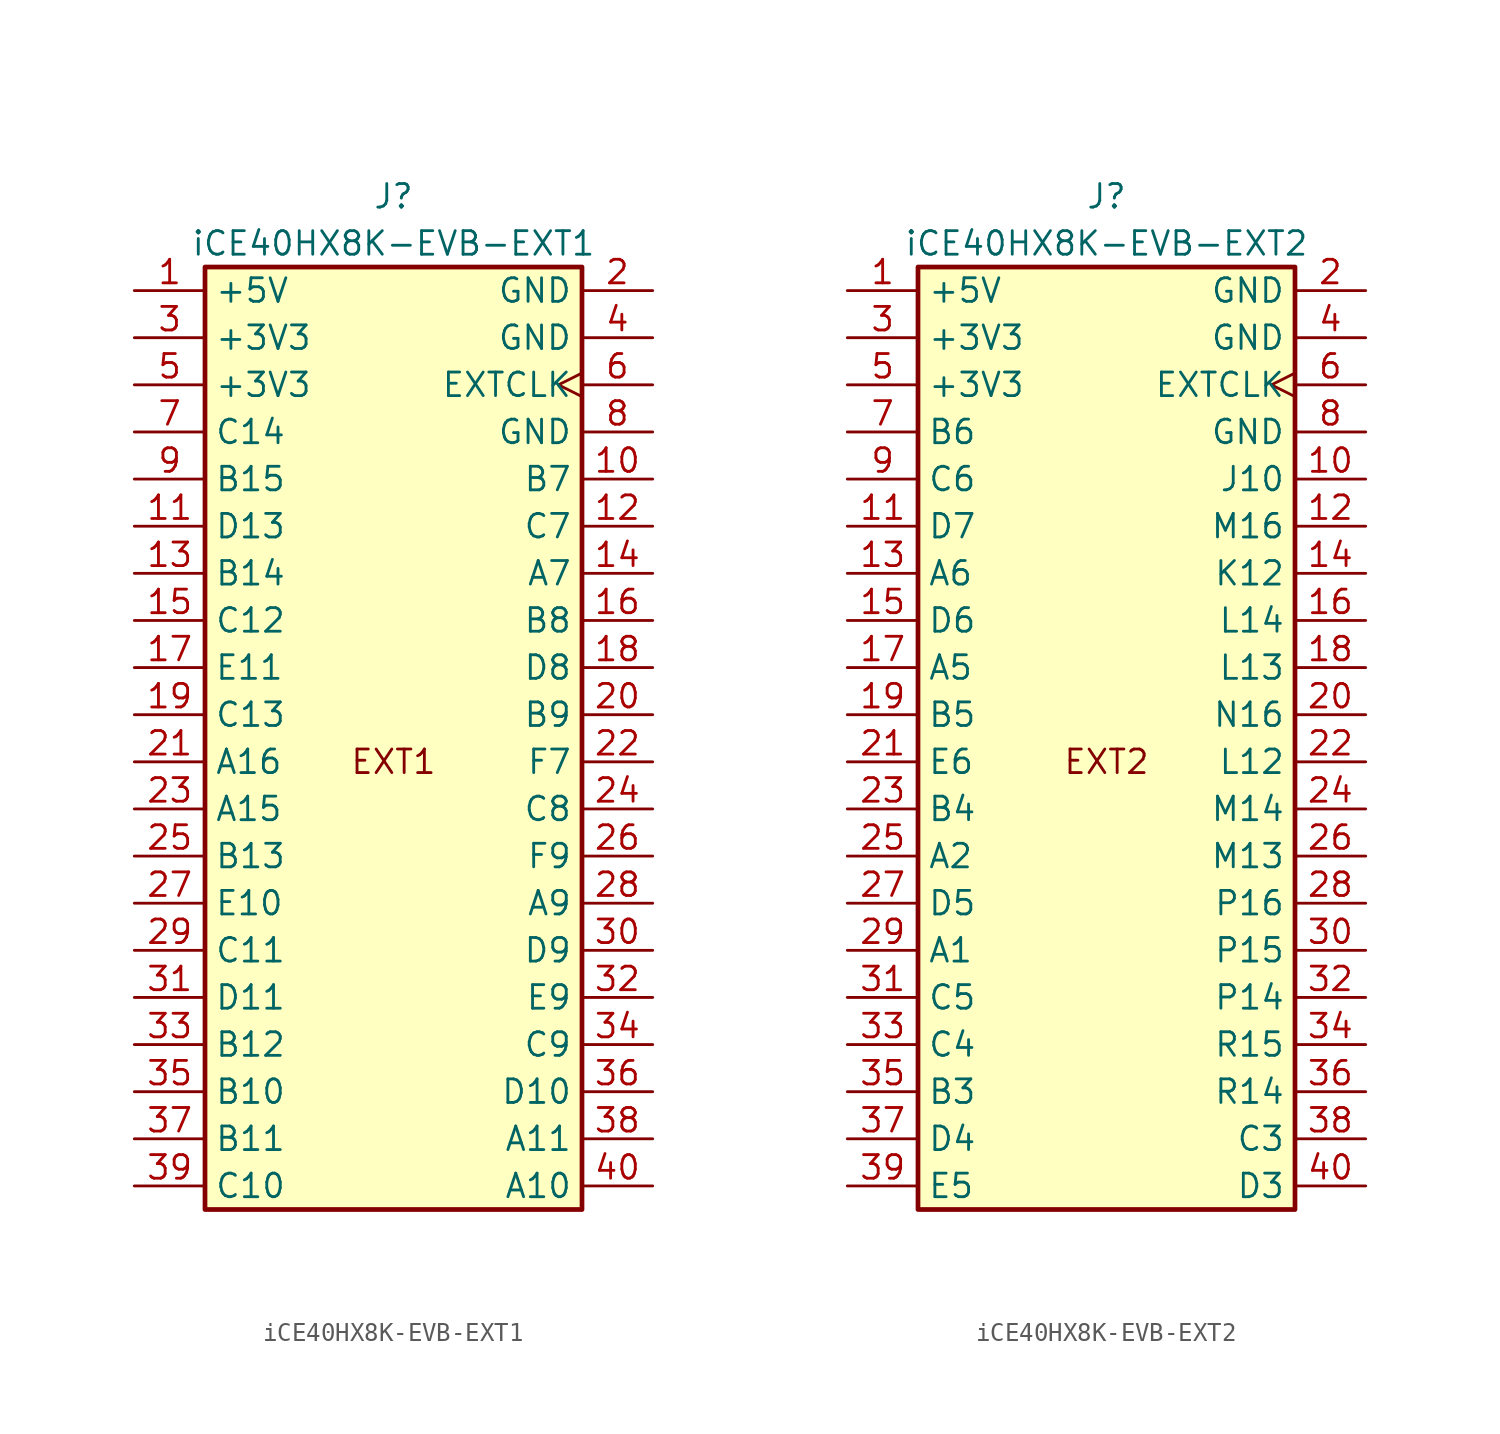
<source format=kicad_sym>
(kicad_symbol_lib
  (version 20220914)
  (generator kicad_symbol_editor)
  (symbol "iCE40HX8K-EVB-EXT1"
    (property "Reference" "J"
      (at 0 30.48 0)
      (effects (font (size 1.27 1.27))))
    (property "Value" "iCE40HX8K-EVB-EXT1"
      (at 0 27.94 0)
      (effects (font (size 1.27 1.27))))
    (symbol "iCE40HX8K-EVB-EXT1_1_0"
      (text "EXT1" (at 0 0 0) (effects (font (size 1.27 1.27)))))
    (symbol "iCE40HX8K-EVB-EXT1_1_1"
      (rectangle (start -10.16 26.67) (end 10.16 -24.13) (stroke (width 0.254) (type default)) (fill (type background)))
      (pin power_out line (at -13.97 25.4 0) (length 3.81) (name "+5V" (effects (font (size 1.27 1.27)))) (number "1" (effects (font (size 1.27 1.27)))))
      (pin bidirectional line (at 13.97 15.24 180) (length 3.81) (name "B7" (effects (font (size 1.27 1.27)))) (number "10" (effects (font (size 1.27 1.27)))))
      (pin bidirectional line (at -13.97 12.7 0) (length 3.81) (name "D13" (effects (font (size 1.27 1.27)))) (number "11" (effects (font (size 1.27 1.27)))))
      (pin bidirectional line (at 13.97 12.7 180) (length 3.81) (name "C7" (effects (font (size 1.27 1.27)))) (number "12" (effects (font (size 1.27 1.27)))))
      (pin bidirectional line (at -13.97 10.16 0) (length 3.81) (name "B14" (effects (font (size 1.27 1.27)))) (number "13" (effects (font (size 1.27 1.27)))))
      (pin bidirectional line (at 13.97 10.16 180) (length 3.81) (name "A7" (effects (font (size 1.27 1.27)))) (number "14" (effects (font (size 1.27 1.27)))))
      (pin bidirectional line (at -13.97 7.62 0) (length 3.81) (name "C12" (effects (font (size 1.27 1.27)))) (number "15" (effects (font (size 1.27 1.27)))))
      (pin bidirectional line (at 13.97 7.62 180) (length 3.81) (name "B8" (effects (font (size 1.27 1.27)))) (number "16" (effects (font (size 1.27 1.27)))))
      (pin bidirectional line (at -13.97 5.08 0) (length 3.81) (name "E11" (effects (font (size 1.27 1.27)))) (number "17" (effects (font (size 1.27 1.27)))))
      (pin bidirectional line (at 13.97 5.08 180) (length 3.81) (name "D8" (effects (font (size 1.27 1.27)))) (number "18" (effects (font (size 1.27 1.27)))))
      (pin bidirectional line (at -13.97 2.54 0) (length 3.81) (name "C13" (effects (font (size 1.27 1.27)))) (number "19" (effects (font (size 1.27 1.27)))))
      (pin power_out line (at 13.97 25.4 180) (length 3.81) (name "GND" (effects (font (size 1.27 1.27)))) (number "2" (effects (font (size 1.27 1.27)))))
      (pin bidirectional line (at 13.97 2.54 180) (length 3.81) (name "B9" (effects (font (size 1.27 1.27)))) (number "20" (effects (font (size 1.27 1.27)))))
      (pin bidirectional line (at -13.97 0 0) (length 3.81) (name "A16" (effects (font (size 1.27 1.27)))) (number "21" (effects (font (size 1.27 1.27)))))
      (pin bidirectional line (at 13.97 0 180) (length 3.81) (name "F7" (effects (font (size 1.27 1.27)))) (number "22" (effects (font (size 1.27 1.27)))))
      (pin bidirectional line (at -13.97 -2.54 0) (length 3.81) (name "A15" (effects (font (size 1.27 1.27)))) (number "23" (effects (font (size 1.27 1.27)))))
      (pin bidirectional line (at 13.97 -2.54 180) (length 3.81) (name "C8" (effects (font (size 1.27 1.27)))) (number "24" (effects (font (size 1.27 1.27)))))
      (pin bidirectional line (at -13.97 -5.08 0) (length 3.81) (name "B13" (effects (font (size 1.27 1.27)))) (number "25" (effects (font (size 1.27 1.27)))))
      (pin bidirectional line (at 13.97 -5.08 180) (length 3.81) (name "F9" (effects (font (size 1.27 1.27)))) (number "26" (effects (font (size 1.27 1.27)))))
      (pin bidirectional line (at -13.97 -7.62 0) (length 3.81) (name "E10" (effects (font (size 1.27 1.27)))) (number "27" (effects (font (size 1.27 1.27)))))
      (pin bidirectional line (at 13.97 -7.62 180) (length 3.81) (name "A9" (effects (font (size 1.27 1.27)))) (number "28" (effects (font (size 1.27 1.27)))))
      (pin bidirectional line (at -13.97 -10.16 0) (length 3.81) (name "C11" (effects (font (size 1.27 1.27)))) (number "29" (effects (font (size 1.27 1.27)))))
      (pin power_out line (at -13.97 22.86 0) (length 3.81) (name "+3V3" (effects (font (size 1.27 1.27)))) (number "3" (effects (font (size 1.27 1.27)))))
      (pin bidirectional line (at 13.97 -10.16 180) (length 3.81) (name "D9" (effects (font (size 1.27 1.27)))) (number "30" (effects (font (size 1.27 1.27)))))
      (pin bidirectional line (at -13.97 -12.7 0) (length 3.81) (name "D11" (effects (font (size 1.27 1.27)))) (number "31" (effects (font (size 1.27 1.27)))))
      (pin bidirectional line (at 13.97 -12.7 180) (length 3.81) (name "E9" (effects (font (size 1.27 1.27)))) (number "32" (effects (font (size 1.27 1.27)))))
      (pin bidirectional line (at -13.97 -15.24 0) (length 3.81) (name "B12" (effects (font (size 1.27 1.27)))) (number "33" (effects (font (size 1.27 1.27)))))
      (pin bidirectional line (at 13.97 -15.24 180) (length 3.81) (name "C9" (effects (font (size 1.27 1.27)))) (number "34" (effects (font (size 1.27 1.27)))))
      (pin bidirectional line (at -13.97 -17.78 0) (length 3.81) (name "B10" (effects (font (size 1.27 1.27)))) (number "35" (effects (font (size 1.27 1.27)))))
      (pin bidirectional line (at 13.97 -17.78 180) (length 3.81) (name "D10" (effects (font (size 1.27 1.27)))) (number "36" (effects (font (size 1.27 1.27)))))
      (pin bidirectional line (at -13.97 -20.32 0) (length 3.81) (name "B11" (effects (font (size 1.27 1.27)))) (number "37" (effects (font (size 1.27 1.27)))))
      (pin bidirectional line (at 13.97 -20.32 180) (length 3.81) (name "A11" (effects (font (size 1.27 1.27)))) (number "38" (effects (font (size 1.27 1.27)))))
      (pin bidirectional line (at -13.97 -22.86 0) (length 3.81) (name "C10" (effects (font (size 1.27 1.27)))) (number "39" (effects (font (size 1.27 1.27)))))
      (pin power_out line (at 13.97 22.86 180) (length 3.81) (name "GND" (effects (font (size 1.27 1.27)))) (number "4" (effects (font (size 1.27 1.27)))))
      (pin bidirectional line (at 13.97 -22.86 180) (length 3.81) (name "A10" (effects (font (size 1.27 1.27)))) (number "40" (effects (font (size 1.27 1.27)))))
      (pin power_out line (at -13.97 20.32 0) (length 3.81) (name "+3V3" (effects (font (size 1.27 1.27)))) (number "5" (effects (font (size 1.27 1.27)))))
      (pin output clock (at 13.97 20.32 180) (length 3.81) (name "EXTCLK" (effects (font (size 1.27 1.27)))) (number "6" (effects (font (size 1.27 1.27)))))
      (pin bidirectional line (at -13.97 17.78 0) (length 3.81) (name "C14" (effects (font (size 1.27 1.27)))) (number "7" (effects (font (size 1.27 1.27)))))
      (pin power_out line (at 13.97 17.78 180) (length 3.81) (name "GND" (effects (font (size 1.27 1.27)))) (number "8" (effects (font (size 1.27 1.27)))))
      (pin bidirectional line (at -13.97 15.24 0) (length 3.81) (name "B15" (effects (font (size 1.27 1.27)))) (number "9" (effects (font (size 1.27 1.27)))))))
  (symbol "iCE40HX8K-EVB-EXT2"
    (property "Reference" "J"
      (at 0 30.48 0)
      (effects (font (size 1.27 1.27))))
    (property "Value" "iCE40HX8K-EVB-EXT2"
      (at 0 27.94 0)
      (effects (font (size 1.27 1.27))))
    (symbol "iCE40HX8K-EVB-EXT2_1_0"
      (text "EXT2" (at 0 0 0) (effects (font (size 1.27 1.27)))))
    (symbol "iCE40HX8K-EVB-EXT2_1_1"
      (rectangle (start -10.16 26.67) (end 10.16 -24.13) (stroke (width 0.254) (type default)) (fill (type background)))
      (pin power_out line (at -13.97 25.4 0) (length 3.81) (name "+5V" (effects (font (size 1.27 1.27)))) (number "1" (effects (font (size 1.27 1.27)))))
      (pin bidirectional line (at 13.97 15.24 180) (length 3.81) (name "J10" (effects (font (size 1.27 1.27)))) (number "10" (effects (font (size 1.27 1.27)))))
      (pin bidirectional line (at -13.97 12.7 0) (length 3.81) (name "D7" (effects (font (size 1.27 1.27)))) (number "11" (effects (font (size 1.27 1.27)))))
      (pin bidirectional line (at 13.97 12.7 180) (length 3.81) (name "M16" (effects (font (size 1.27 1.27)))) (number "12" (effects (font (size 1.27 1.27)))))
      (pin bidirectional line (at -13.97 10.16 0) (length 3.81) (name "A6" (effects (font (size 1.27 1.27)))) (number "13" (effects (font (size 1.27 1.27)))))
      (pin bidirectional line (at 13.97 10.16 180) (length 3.81) (name "K12" (effects (font (size 1.27 1.27)))) (number "14" (effects (font (size 1.27 1.27)))))
      (pin bidirectional line (at -13.97 7.62 0) (length 3.81) (name "D6" (effects (font (size 1.27 1.27)))) (number "15" (effects (font (size 1.27 1.27)))))
      (pin bidirectional line (at 13.97 7.62 180) (length 3.81) (name "L14" (effects (font (size 1.27 1.27)))) (number "16" (effects (font (size 1.27 1.27)))))
      (pin bidirectional line (at -13.97 5.08 0) (length 3.81) (name "A5" (effects (font (size 1.27 1.27)))) (number "17" (effects (font (size 1.27 1.27)))))
      (pin bidirectional line (at 13.97 5.08 180) (length 3.81) (name "L13" (effects (font (size 1.27 1.27)))) (number "18" (effects (font (size 1.27 1.27)))))
      (pin bidirectional line (at -13.97 2.54 0) (length 3.81) (name "B5" (effects (font (size 1.27 1.27)))) (number "19" (effects (font (size 1.27 1.27)))))
      (pin power_out line (at 13.97 25.4 180) (length 3.81) (name "GND" (effects (font (size 1.27 1.27)))) (number "2" (effects (font (size 1.27 1.27)))))
      (pin bidirectional line (at 13.97 2.54 180) (length 3.81) (name "N16" (effects (font (size 1.27 1.27)))) (number "20" (effects (font (size 1.27 1.27)))))
      (pin bidirectional line (at -13.97 0 0) (length 3.81) (name "E6" (effects (font (size 1.27 1.27)))) (number "21" (effects (font (size 1.27 1.27)))))
      (pin bidirectional line (at 13.97 0 180) (length 3.81) (name "L12" (effects (font (size 1.27 1.27)))) (number "22" (effects (font (size 1.27 1.27)))))
      (pin bidirectional line (at -13.97 -2.54 0) (length 3.81) (name "B4" (effects (font (size 1.27 1.27)))) (number "23" (effects (font (size 1.27 1.27)))))
      (pin bidirectional line (at 13.97 -2.54 180) (length 3.81) (name "M14" (effects (font (size 1.27 1.27)))) (number "24" (effects (font (size 1.27 1.27)))))
      (pin bidirectional line (at -13.97 -5.08 0) (length 3.81) (name "A2" (effects (font (size 1.27 1.27)))) (number "25" (effects (font (size 1.27 1.27)))))
      (pin bidirectional line (at 13.97 -5.08 180) (length 3.81) (name "M13" (effects (font (size 1.27 1.27)))) (number "26" (effects (font (size 1.27 1.27)))))
      (pin bidirectional line (at -13.97 -7.62 0) (length 3.81) (name "D5" (effects (font (size 1.27 1.27)))) (number "27" (effects (font (size 1.27 1.27)))))
      (pin bidirectional line (at 13.97 -7.62 180) (length 3.81) (name "P16" (effects (font (size 1.27 1.27)))) (number "28" (effects (font (size 1.27 1.27)))))
      (pin bidirectional line (at -13.97 -10.16 0) (length 3.81) (name "A1" (effects (font (size 1.27 1.27)))) (number "29" (effects (font (size 1.27 1.27)))))
      (pin power_out line (at -13.97 22.86 0) (length 3.81) (name "+3V3" (effects (font (size 1.27 1.27)))) (number "3" (effects (font (size 1.27 1.27)))))
      (pin bidirectional line (at 13.97 -10.16 180) (length 3.81) (name "P15" (effects (font (size 1.27 1.27)))) (number "30" (effects (font (size 1.27 1.27)))))
      (pin bidirectional line (at -13.97 -12.7 0) (length 3.81) (name "C5" (effects (font (size 1.27 1.27)))) (number "31" (effects (font (size 1.27 1.27)))))
      (pin bidirectional line (at 13.97 -12.7 180) (length 3.81) (name "P14" (effects (font (size 1.27 1.27)))) (number "32" (effects (font (size 1.27 1.27)))))
      (pin bidirectional line (at -13.97 -15.24 0) (length 3.81) (name "C4" (effects (font (size 1.27 1.27)))) (number "33" (effects (font (size 1.27 1.27)))))
      (pin bidirectional line (at 13.97 -15.24 180) (length 3.81) (name "R15" (effects (font (size 1.27 1.27)))) (number "34" (effects (font (size 1.27 1.27)))))
      (pin bidirectional line (at -13.97 -17.78 0) (length 3.81) (name "B3" (effects (font (size 1.27 1.27)))) (number "35" (effects (font (size 1.27 1.27)))))
      (pin bidirectional line (at 13.97 -17.78 180) (length 3.81) (name "R14" (effects (font (size 1.27 1.27)))) (number "36" (effects (font (size 1.27 1.27)))))
      (pin bidirectional line (at -13.97 -20.32 0) (length 3.81) (name "D4" (effects (font (size 1.27 1.27)))) (number "37" (effects (font (size 1.27 1.27)))))
      (pin bidirectional line (at 13.97 -20.32 180) (length 3.81) (name "C3" (effects (font (size 1.27 1.27)))) (number "38" (effects (font (size 1.27 1.27)))))
      (pin bidirectional line (at -13.97 -22.86 0) (length 3.81) (name "E5" (effects (font (size 1.27 1.27)))) (number "39" (effects (font (size 1.27 1.27)))))
      (pin power_out line (at 13.97 22.86 180) (length 3.81) (name "GND" (effects (font (size 1.27 1.27)))) (number "4" (effects (font (size 1.27 1.27)))))
      (pin bidirectional line (at 13.97 -22.86 180) (length 3.81) (name "D3" (effects (font (size 1.27 1.27)))) (number "40" (effects (font (size 1.27 1.27)))))
      (pin power_out line (at -13.97 20.32 0) (length 3.81) (name "+3V3" (effects (font (size 1.27 1.27)))) (number "5" (effects (font (size 1.27 1.27)))))
      (pin output clock (at 13.97 20.32 180) (length 3.81) (name "EXTCLK" (effects (font (size 1.27 1.27)))) (number "6" (effects (font (size 1.27 1.27)))))
      (pin bidirectional line (at -13.97 17.78 0) (length 3.81) (name "B6" (effects (font (size 1.27 1.27)))) (number "7" (effects (font (size 1.27 1.27)))))
      (pin power_out line (at 13.97 17.78 180) (length 3.81) (name "GND" (effects (font (size 1.27 1.27)))) (number "8" (effects (font (size 1.27 1.27)))))
      (pin bidirectional line (at -13.97 15.24 0) (length 3.81) (name "C6" (effects (font (size 1.27 1.27)))) (number "9" (effects (font (size 1.27 1.27))))))))
</source>
